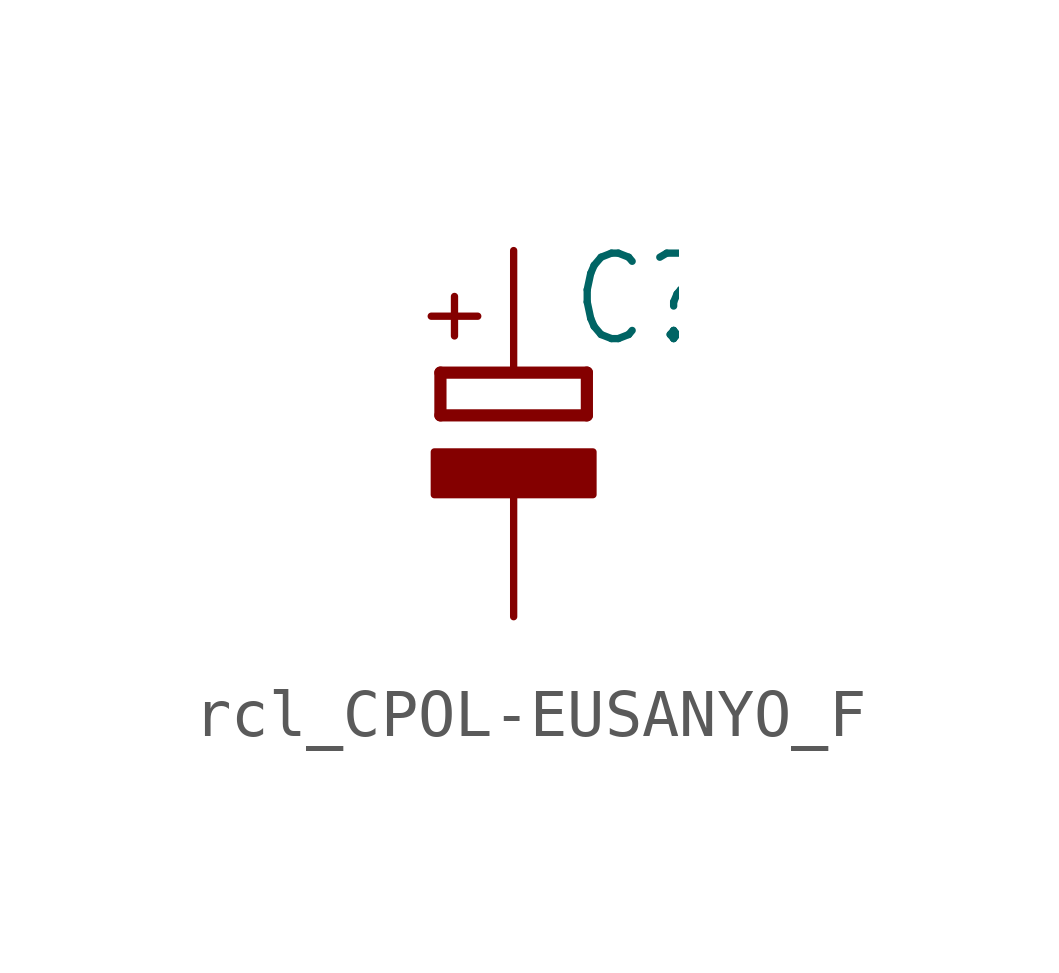
<source format=kicad_sym>
(kicad_symbol_lib
  (version 20241209)
  (generator "kicad_symbol_editor")
  (generator_version "9.0")
  (symbol "rcl_CPOL-EUSANYO_F"
    (property "Reference" "C"
      (at 1.143 0.483 0)
      (effects (font (size 1.778 1.511)) (justify left bottom)))
    (property "Value" ""
      (at 1.143 -4.597 0)
      (effects (font (size 1.778 1.511)) (justify left bottom)))
    (property "ki_locked" ""
      (at 0 0 0)
      (effects (font (size 1.27 1.27))))
    (symbol "rcl_CPOL-EUSANYO_F_1_0"
      (rectangle (start -1.651 -2.54) (end 1.651 -1.651) (stroke (width 0) (type default)) (fill (type outline)))
      (polyline (pts (xy -1.524 0) (xy -1.524 -0.889)) (stroke (width 0.254) (type solid)) (fill (type none)))
      (polyline (pts (xy -1.524 0) (xy 1.524 0)) (stroke (width 0.254) (type solid)) (fill (type none)))
      (polyline (pts (xy -1.524 -0.889) (xy 1.524 -0.889)) (stroke (width 0.254) (type solid)) (fill (type none)))
      (polyline (pts (xy 1.524 -0.889) (xy 1.524 0)) (stroke (width 0.254) (type solid)) (fill (type none)))
      (text "+" (at -0.584 0.406 900) (effects (font (size 1.27 1.079)) (justify left bottom)))
      (pin passive line (at 0 2.54 270) (length 2.54) (name "+" (effects (font (size 0 0)))) (number "+" (effects (font (size 0 0)))))
      (pin passive line (at 0 -5.08 90) (length 2.54) (name "-" (effects (font (size 0 0)))) (number "-" (effects (font (size 0 0))))))))
</source>
